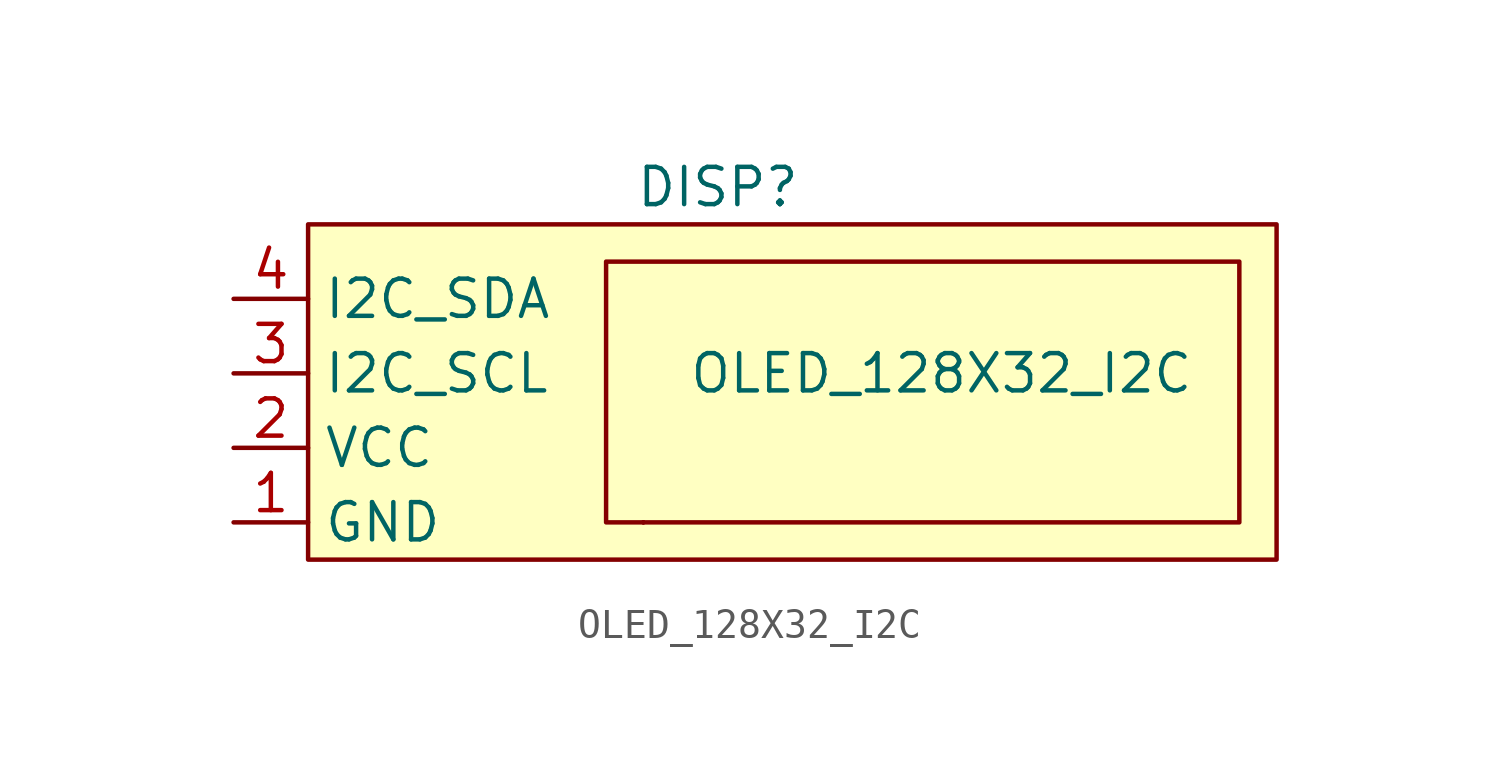
<source format=kicad_sym>
(kicad_symbol_lib
  (version 20211014)
  (generator kicad_symbol_editor)
  (symbol "OLED_128X32_I2C"
    (property "Reference" "DISP"
      (at 13.97 12.7 0)
      (effects (font (size 1.27 1.27))))
    (property "Value" "OLED_128X32_I2C"
      (at 21.59 6.35 0)
      (effects (font (size 1.27 1.27))))
    (symbol "OLED_128X32_I2C_0_1"
      (rectangle (start 0 11.43) (end 33.02 0) (stroke (width 0) (type default) (color 0 0 0 0)) (fill (type background)))
      (rectangle (start 10.16 10.16) (end 31.75 1.27) (stroke (width 0) (type default) (color 0 0 0 0)) (fill (type none)))
      (rectangle (start 11.43 1.27) (end 11.43 1.27) (stroke (width 0) (type default) (color 0 0 0 0)) (fill (type none)))
      (rectangle (start 11.43 1.27) (end 11.43 1.27) (stroke (width 0) (type default) (color 0 0 0 0)) (fill (type none))))
    (symbol "OLED_128X32_I2C_1_1"
      (pin power_in line (at -2.54 1.27 0) (length 2.54) (name "GND" (effects (font (size 1.27 1.27)))) (number "1" (effects (font (size 1.27 1.27)))))
      (pin power_in line (at -2.54 3.81 0) (length 2.54) (name "VCC" (effects (font (size 1.27 1.27)))) (number "2" (effects (font (size 1.27 1.27)))))
      (pin input line (at -2.54 6.35 0) (length 2.54) (name "I2C_SCL" (effects (font (size 1.27 1.27)))) (number "3" (effects (font (size 1.27 1.27)))))
      (pin bidirectional line (at -2.54 8.89 0) (length 2.54) (name "I2C_SDA" (effects (font (size 1.27 1.27)))) (number "4" (effects (font (size 1.27 1.27))))))))
</source>
